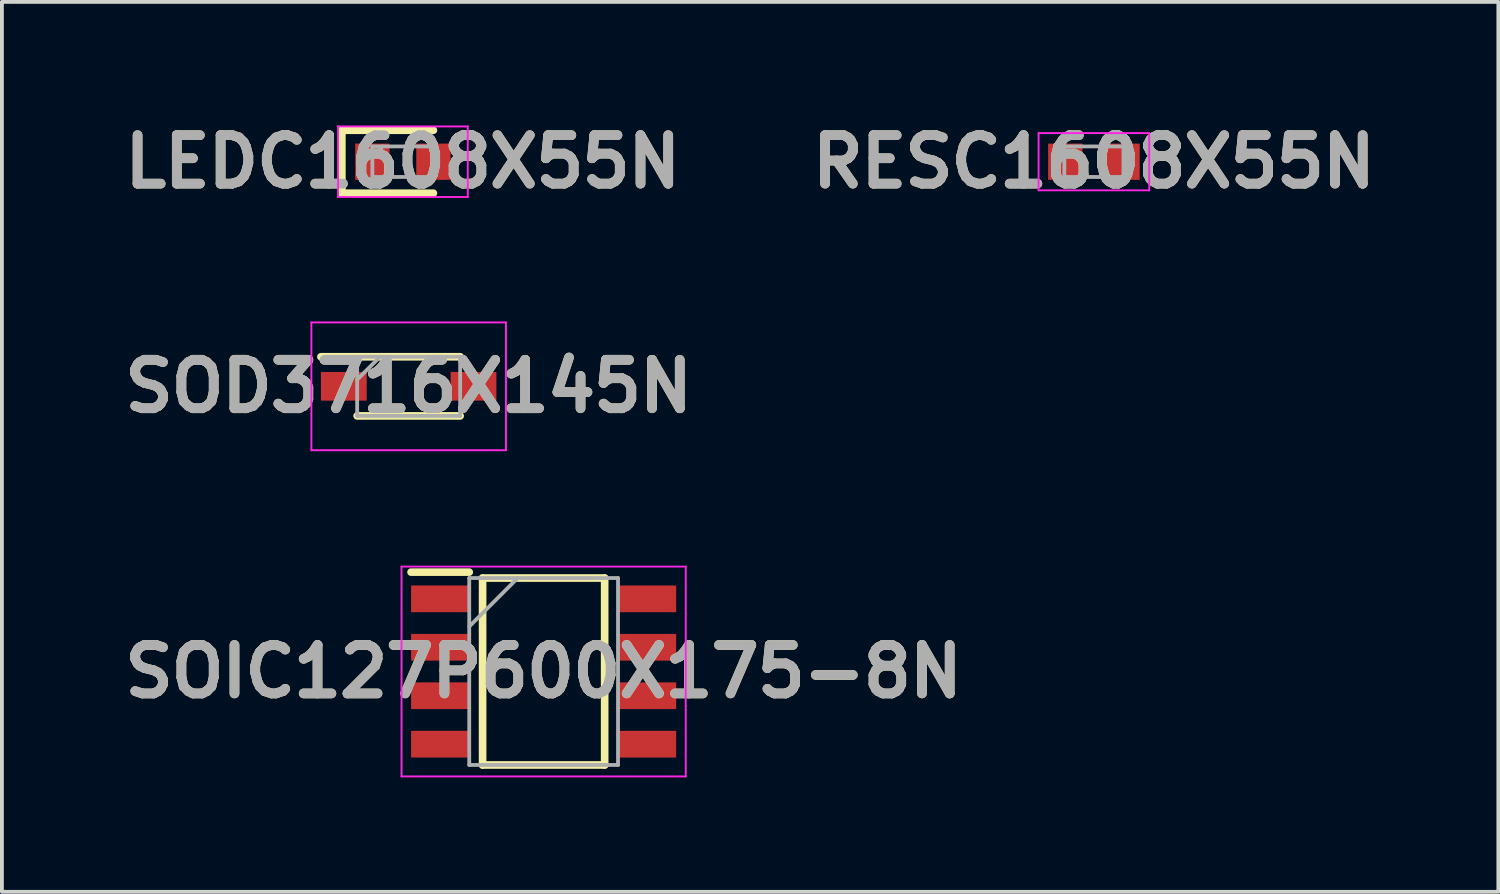
<source format=kicad_pcb>
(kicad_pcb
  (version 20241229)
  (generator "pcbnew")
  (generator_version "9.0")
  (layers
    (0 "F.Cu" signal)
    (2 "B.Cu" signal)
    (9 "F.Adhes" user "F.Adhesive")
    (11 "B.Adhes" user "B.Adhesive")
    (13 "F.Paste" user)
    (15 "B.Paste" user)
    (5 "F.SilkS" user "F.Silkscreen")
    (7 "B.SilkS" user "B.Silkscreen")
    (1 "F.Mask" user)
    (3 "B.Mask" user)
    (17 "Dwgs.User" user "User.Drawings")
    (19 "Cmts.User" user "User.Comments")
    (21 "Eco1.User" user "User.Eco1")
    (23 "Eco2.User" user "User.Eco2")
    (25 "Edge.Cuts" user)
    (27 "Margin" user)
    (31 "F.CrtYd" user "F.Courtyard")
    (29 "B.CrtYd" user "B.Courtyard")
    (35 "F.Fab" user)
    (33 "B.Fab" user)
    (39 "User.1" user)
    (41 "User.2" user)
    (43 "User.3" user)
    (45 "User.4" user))
  (footprint "SOD3716X145N"
    (layer "F.Cu")
    (at 7.662 7.077)
    (property "Reference" "SOD3716X145N" (at 0 0 0) (layer "F.SilkS") (effects (font (size 1.27 1.27) (thickness 0.254))))
    (attr smd)
    (fp_line (start -2.3 -0.775) (end 1.35 -0.775) (stroke (width 0.2) (type solid)) (layer "F.SilkS"))
    (fp_line (start -1.35 0.775) (end 1.35 0.775) (stroke (width 0.2) (type solid)) (layer "F.SilkS"))
    (fp_line (start -2.55 -1.675) (end 2.55 -1.675) (stroke (width 0.05) (type solid)) (layer "F.CrtYd"))
    (fp_line (start -2.55 1.675) (end -2.55 -1.675) (stroke (width 0.05) (type solid)) (layer "F.CrtYd"))
    (fp_line (start 2.55 -1.675) (end 2.55 1.675) (stroke (width 0.05) (type solid)) (layer "F.CrtYd"))
    (fp_line (start 2.55 1.675) (end -2.55 1.675) (stroke (width 0.05) (type solid)) (layer "F.CrtYd"))
    (fp_line (start -1.35 -0.775) (end 1.35 -0.775) (stroke (width 0.1) (type solid)) (layer "F.Fab"))
    (fp_line (start -1.35 -0.175) (end -0.75 -0.775) (stroke (width 0.1) (type solid)) (layer "F.Fab"))
    (fp_line (start -1.35 0.775) (end -1.35 -0.775) (stroke (width 0.1) (type solid)) (layer "F.Fab"))
    (fp_line (start 1.35 -0.775) (end 1.35 0.775) (stroke (width 0.1) (type solid)) (layer "F.Fab"))
    (fp_line (start 1.35 0.775) (end -1.35 0.775) (stroke (width 0.1) (type solid)) (layer "F.Fab"))
    (fp_text user "${REFERENCE}" (at 0 0 0) (layer "F.Fab") (effects (font (size 1.27 1.27) (thickness 0.254))))
    (pad "1" smd rect (at -1.7 0 90) (size 0.75 1.2) (layers "F.Cu" "F.Mask" "F.Paste"))
    (pad "2" smd rect (at 1.7 0 90) (size 0.75 1.2) (layers "F.Cu" "F.Mask" "F.Paste")))
  (footprint "SOIC127P600X175-8N"
    (layer "F.Cu")
    (at 11.2 14.552)
    (property "Reference" "SOIC127P600X175-8N" (at 0 0 0) (layer "F.SilkS") (effects (font (size 1.27 1.27) (thickness 0.254))))
    (attr smd)
    (fp_line (start -3.475 -2.605) (end -1.95 -2.605) (stroke (width 0.2) (type solid)) (layer "F.SilkS"))
    (fp_line (start -1.6 -2.45) (end 1.6 -2.45) (stroke (width 0.2) (type solid)) (layer "F.SilkS"))
    (fp_line (start -1.6 2.45) (end -1.6 -2.45) (stroke (width 0.2) (type solid)) (layer "F.SilkS"))
    (fp_line (start 1.6 -2.45) (end 1.6 2.45) (stroke (width 0.2) (type solid)) (layer "F.SilkS"))
    (fp_line (start 1.6 2.45) (end -1.6 2.45) (stroke (width 0.2) (type solid)) (layer "F.SilkS"))
    (fp_line (start -3.725 -2.75) (end 3.725 -2.75) (stroke (width 0.05) (type solid)) (layer "F.CrtYd"))
    (fp_line (start -3.725 2.75) (end -3.725 -2.75) (stroke (width 0.05) (type solid)) (layer "F.CrtYd"))
    (fp_line (start 3.725 -2.75) (end 3.725 2.75) (stroke (width 0.05) (type solid)) (layer "F.CrtYd"))
    (fp_line (start 3.725 2.75) (end -3.725 2.75) (stroke (width 0.05) (type solid)) (layer "F.CrtYd"))
    (fp_line (start -1.95 -2.45) (end 1.95 -2.45) (stroke (width 0.1) (type solid)) (layer "F.Fab"))
    (fp_line (start -1.95 -1.18) (end -0.68 -2.45) (stroke (width 0.1) (type solid)) (layer "F.Fab"))
    (fp_line (start -1.95 2.45) (end -1.95 -2.45) (stroke (width 0.1) (type solid)) (layer "F.Fab"))
    (fp_line (start 1.95 -2.45) (end 1.95 2.45) (stroke (width 0.1) (type solid)) (layer "F.Fab"))
    (fp_line (start 1.95 2.45) (end -1.95 2.45) (stroke (width 0.1) (type solid)) (layer "F.Fab"))
    (fp_text user "${REFERENCE}" (at 0 0 0) (layer "F.Fab") (effects (font (size 1.27 1.27) (thickness 0.254))))
    (pad "1" smd rect (at -2.712 -1.905 90) (size 0.7 1.525) (layers "F.Cu" "F.Mask" "F.Paste"))
    (pad "2" smd rect (at -2.712 -0.635 90) (size 0.7 1.525) (layers "F.Cu" "F.Mask" "F.Paste"))
    (pad "3" smd rect (at -2.712 0.635 90) (size 0.7 1.525) (layers "F.Cu" "F.Mask" "F.Paste"))
    (pad "4" smd rect (at -2.712 1.905 90) (size 0.7 1.525) (layers "F.Cu" "F.Mask" "F.Paste"))
    (pad "5" smd rect (at 2.712 1.905 90) (size 0.7 1.525) (layers "F.Cu" "F.Mask" "F.Paste"))
    (pad "6" smd rect (at 2.712 0.635 90) (size 0.7 1.525) (layers "F.Cu" "F.Mask" "F.Paste"))
    (pad "7" smd rect (at 2.712 -0.635 90) (size 0.7 1.525) (layers "F.Cu" "F.Mask" "F.Paste"))
    (pad "8" smd rect (at 2.712 -1.905 90) (size 0.7 1.525) (layers "F.Cu" "F.Mask" "F.Paste")))
  (footprint "RESC1608X55N"
    (layer "F.Cu")
    (at 25.624 1.189)
    (property "Reference" "RESC1608X55N" (at 0 0 0) (layer "F.SilkS") (effects (font (size 1.27 1.27) (thickness 0.254))))
    (attr smd)
    (fp_line (start -1.45 -0.75) (end 1.45 -0.75) (stroke (width 0.05) (type solid)) (layer "F.CrtYd"))
    (fp_line (start -1.45 0.75) (end -1.45 -0.75) (stroke (width 0.05) (type solid)) (layer "F.CrtYd"))
    (fp_line (start 1.45 -0.75) (end 1.45 0.75) (stroke (width 0.05) (type solid)) (layer "F.CrtYd"))
    (fp_line (start 1.45 0.75) (end -1.45 0.75) (stroke (width 0.05) (type solid)) (layer "F.CrtYd"))
    (fp_line (start -0.775 -0.4) (end 0.775 -0.4) (stroke (width 0.1) (type solid)) (layer "F.Fab"))
    (fp_line (start -0.775 0.4) (end -0.775 -0.4) (stroke (width 0.1) (type solid)) (layer "F.Fab"))
    (fp_line (start 0.775 -0.4) (end 0.775 0.4) (stroke (width 0.1) (type solid)) (layer "F.Fab"))
    (fp_line (start 0.775 0.4) (end -0.775 0.4) (stroke (width 0.1) (type solid)) (layer "F.Fab"))
    (fp_text user "${REFERENCE}" (at 0 0 0) (layer "F.Fab") (effects (font (size 1.27 1.27) (thickness 0.254))))
    (pad "1" smd rect (at -0.75 0) (size 0.9 0.95) (layers "F.Cu" "F.Mask" "F.Paste"))
    (pad "2" smd rect (at 0.75 0) (size 0.9 0.95) (layers "F.Cu" "F.Mask" "F.Paste")))
  (footprint "LEDC1608X55N"
    (layer "F.Cu")
    (at 7.511 1.189)
    (property "Reference" "LEDC1608X55N" (at 0 0 0) (layer "F.SilkS") (effects (font (size 1.27 1.27) (thickness 0.254))))
    (attr smd)
    (fp_line (start -1.6 -0.825) (end -1.6 0.825) (stroke (width 0.2) (type solid)) (layer "F.SilkS"))
    (fp_line (start -1.6 0.825) (end 0.8 0.825) (stroke (width 0.2) (type solid)) (layer "F.SilkS"))
    (fp_line (start 0.8 -0.825) (end -1.6 -0.825) (stroke (width 0.2) (type solid)) (layer "F.SilkS"))
    (fp_line (start -1.7 -0.925) (end 1.7 -0.925) (stroke (width 0.05) (type solid)) (layer "F.CrtYd"))
    (fp_line (start -1.7 0.925) (end -1.7 -0.925) (stroke (width 0.05) (type solid)) (layer "F.CrtYd"))
    (fp_line (start 1.7 -0.925) (end 1.7 0.925) (stroke (width 0.05) (type solid)) (layer "F.CrtYd"))
    (fp_line (start 1.7 0.925) (end -1.7 0.925) (stroke (width 0.05) (type solid)) (layer "F.CrtYd"))
    (fp_line (start -0.8 -0.4) (end 0.8 -0.4) (stroke (width 0.1) (type solid)) (layer "F.Fab"))
    (fp_line (start -0.8 -0.133) (end -0.533 -0.4) (stroke (width 0.1) (type solid)) (layer "F.Fab"))
    (fp_line (start -0.8 0.4) (end -0.8 -0.4) (stroke (width 0.1) (type solid)) (layer "F.Fab"))
    (fp_line (start 0.8 -0.4) (end 0.8 0.4) (stroke (width 0.1) (type solid)) (layer "F.Fab"))
    (fp_line (start 0.8 0.4) (end -0.8 0.4) (stroke (width 0.1) (type solid)) (layer "F.Fab"))
    (fp_text user "${REFERENCE}" (at 0 0 0) (layer "F.Fab") (effects (font (size 1.27 1.27) (thickness 0.254))))
    (pad "1" smd rect (at -0.8 0) (size 0.9 0.95) (layers "F.Cu" "F.Mask" "F.Paste"))
    (pad "2" smd rect (at 0.8 0) (size 0.9 0.95) (layers "F.Cu" "F.Mask" "F.Paste")))
  (gr_rect
    (start -3 -3)
    (end 36.226 20.327)
    (stroke (width 0.1) (type default))
    (fill no)
    (layer "Edge.Cuts")))
</source>
